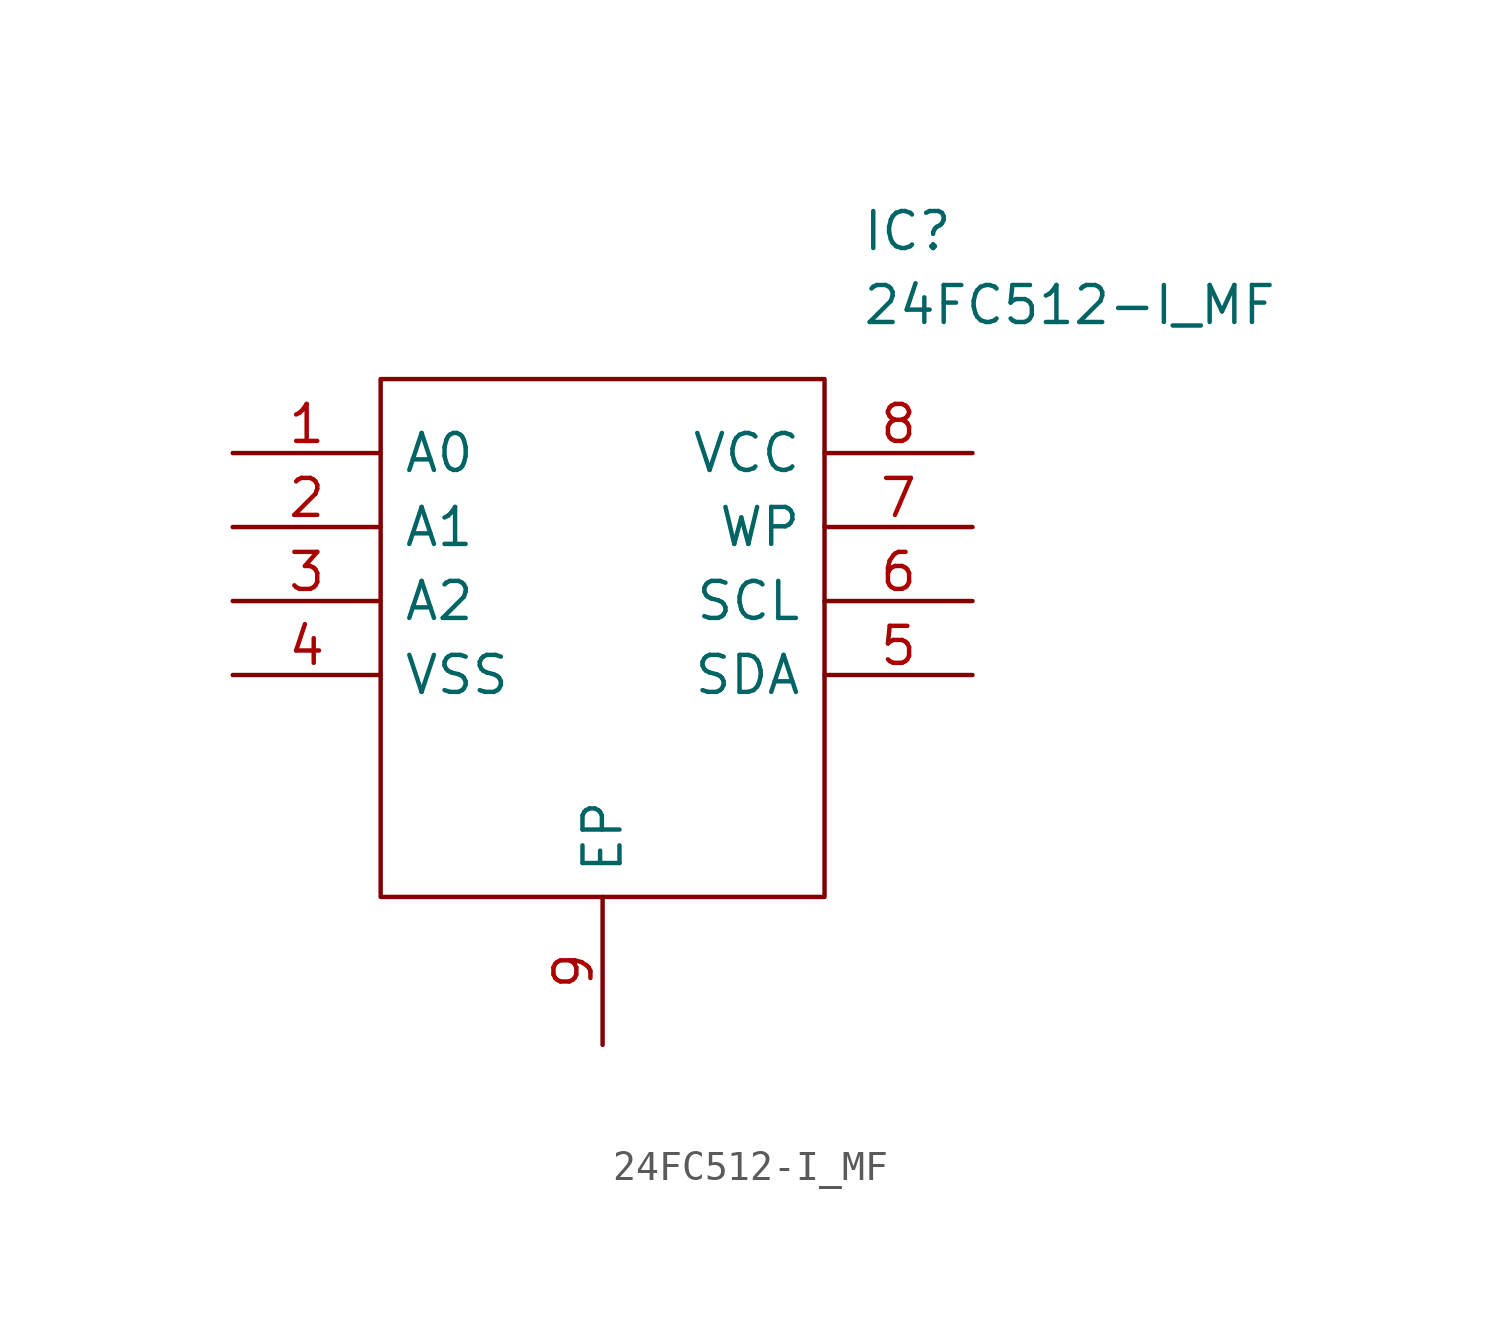
<source format=kicad_sym>
(kicad_symbol_lib
  (version 20211014)
  (generator kicad_symbol_editor)
  (symbol "24FC512-I_MF"
    (pin_names
      (offset 0.762))
    (property "Reference" "IC"
      (at 21.59 7.62 0)
      (effects (font (size 1.27 1.27)) (justify left)))
    (property "Value" "24FC512-I_MF"
      (at 21.59 5.08 0)
      (effects (font (size 1.27 1.27)) (justify left)))
    (symbol "24FC512-I_MF_0_0"
      (pin passive line (at 0 0 0) (length 5.08) (name "A0" (effects (font (size 1.27 1.27)))) (number "1" (effects (font (size 1.27 1.27)))))
      (pin passive line (at 0 -2.54 0) (length 5.08) (name "A1" (effects (font (size 1.27 1.27)))) (number "2" (effects (font (size 1.27 1.27)))))
      (pin passive line (at 0 -5.08 0) (length 5.08) (name "A2" (effects (font (size 1.27 1.27)))) (number "3" (effects (font (size 1.27 1.27)))))
      (pin passive line (at 0 -7.62 0) (length 5.08) (name "VSS" (effects (font (size 1.27 1.27)))) (number "4" (effects (font (size 1.27 1.27)))))
      (pin passive line (at 25.4 -7.62 180) (length 5.08) (name "SDA" (effects (font (size 1.27 1.27)))) (number "5" (effects (font (size 1.27 1.27)))))
      (pin passive line (at 25.4 -5.08 180) (length 5.08) (name "SCL" (effects (font (size 1.27 1.27)))) (number "6" (effects (font (size 1.27 1.27)))))
      (pin passive line (at 25.4 -2.54 180) (length 5.08) (name "WP" (effects (font (size 1.27 1.27)))) (number "7" (effects (font (size 1.27 1.27)))))
      (pin passive line (at 25.4 0 180) (length 5.08) (name "VCC" (effects (font (size 1.27 1.27)))) (number "8" (effects (font (size 1.27 1.27)))))
      (pin passive line (at 12.7 -20.32 90) (length 5.08) (name "EP" (effects (font (size 1.27 1.27)))) (number "9" (effects (font (size 1.27 1.27))))))
    (symbol "24FC512-I_MF_0_1"
      (polyline (pts (xy 5.08 2.54) (xy 20.32 2.54) (xy 20.32 -15.24) (xy 5.08 -15.24) (xy 5.08 2.54)) (stroke (width 0.152) (type default) (color 0 0 0 0)) (fill (type none))))))
</source>
